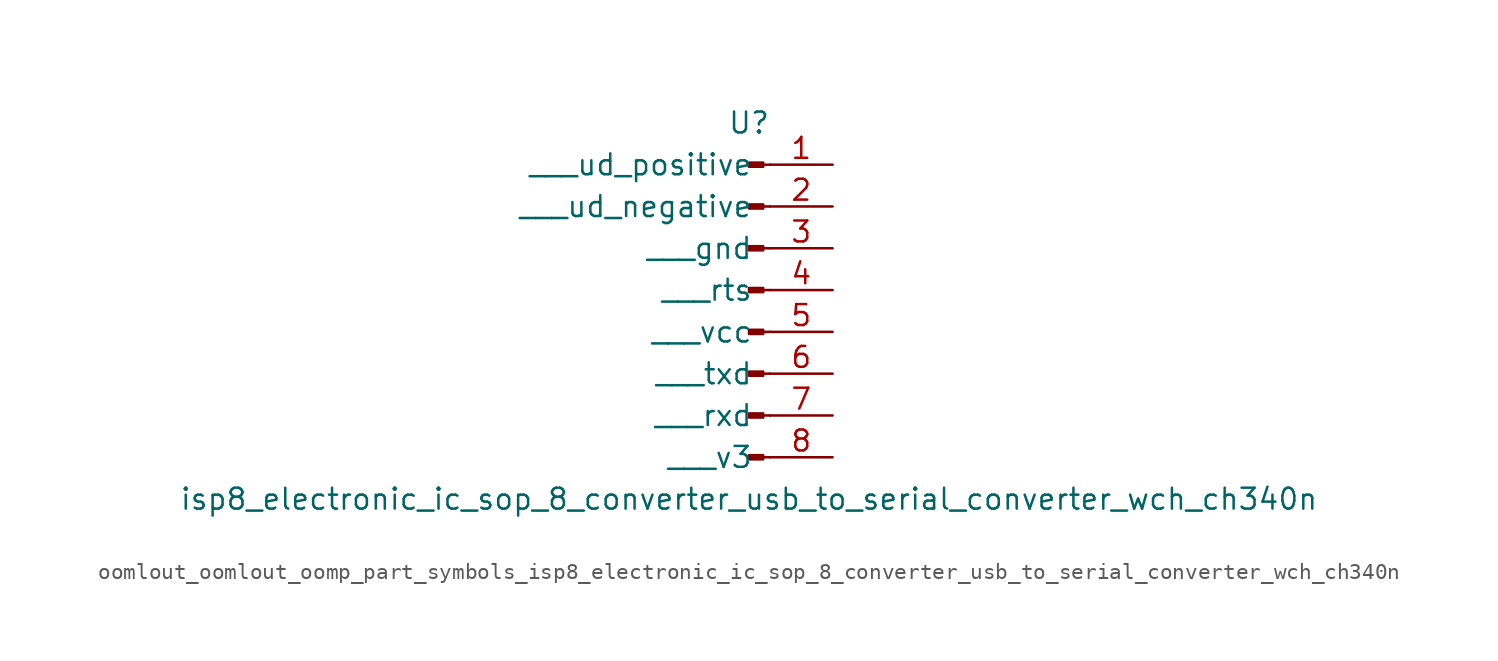
<source format=kicad_sym>
(kicad_symbol_lib
  (version 20220914)
  (generator kicad_symbol_editor)
  (symbol "oomlout_oomlout_oomp_part_symbols_isp8_electronic_ic_sop_8_converter_usb_to_serial_converter_wch_ch340n"
    (pin_names
      (offset 1.016))
    (property "Reference" "U"
      (at 0 10.16 0)
      (effects (font (size 1.27 1.27))))
    (property "Value" "isp8_electronic_ic_sop_8_converter_usb_to_serial_converter_wch_ch340n"
      (at 0 -12.7 0)
      (effects (font (size 1.27 1.27))))
    (property "ki_locked" ""
      (at 0 0 0)
      (effects (font (size 1.27 1.27))))
    (symbol "oomlout_oomlout_oomp_part_symbols_isp8_electronic_ic_sop_8_converter_usb_to_serial_converter_wch_ch340n_1_1"
      (polyline (pts (xy 1.27 -10.16) (xy 0.864 -10.16)) (stroke (width 0.152) (type default)) (fill (type none)))
      (polyline (pts (xy 1.27 -7.62) (xy 0.864 -7.62)) (stroke (width 0.152) (type default)) (fill (type none)))
      (polyline (pts (xy 1.27 -5.08) (xy 0.864 -5.08)) (stroke (width 0.152) (type default)) (fill (type none)))
      (polyline (pts (xy 1.27 -2.54) (xy 0.864 -2.54)) (stroke (width 0.152) (type default)) (fill (type none)))
      (polyline (pts (xy 1.27 0) (xy 0.864 0)) (stroke (width 0.152) (type default)) (fill (type none)))
      (polyline (pts (xy 1.27 2.54) (xy 0.864 2.54)) (stroke (width 0.152) (type default)) (fill (type none)))
      (polyline (pts (xy 1.27 5.08) (xy 0.864 5.08)) (stroke (width 0.152) (type default)) (fill (type none)))
      (polyline (pts (xy 1.27 7.62) (xy 0.864 7.62)) (stroke (width 0.152) (type default)) (fill (type none)))
      (rectangle (start 0.864 -10.033) (end 0 -10.287) (stroke (width 0.152) (type default)) (fill (type outline)))
      (rectangle (start 0.864 -7.493) (end 0 -7.747) (stroke (width 0.152) (type default)) (fill (type outline)))
      (rectangle (start 0.864 -4.953) (end 0 -5.207) (stroke (width 0.152) (type default)) (fill (type outline)))
      (rectangle (start 0.864 -2.413) (end 0 -2.667) (stroke (width 0.152) (type default)) (fill (type outline)))
      (rectangle (start 0.864 0.127) (end 0 -0.127) (stroke (width 0.152) (type default)) (fill (type outline)))
      (rectangle (start 0.864 2.667) (end 0 2.413) (stroke (width 0.152) (type default)) (fill (type outline)))
      (rectangle (start 0.864 5.207) (end 0 4.953) (stroke (width 0.152) (type default)) (fill (type outline)))
      (rectangle (start 0.864 7.747) (end 0 7.493) (stroke (width 0.152) (type default)) (fill (type outline)))
      (pin passive line (at 5.08 7.62 180) (length 3.81) (name "   ud_positive" (effects (font (size 1.27 1.27)))) (number "1" (effects (font (size 1.27 1.27)))))
      (pin passive line (at 5.08 5.08 180) (length 3.81) (name "   ud_negative" (effects (font (size 1.27 1.27)))) (number "2" (effects (font (size 1.27 1.27)))))
      (pin passive line (at 5.08 2.54 180) (length 3.81) (name "   gnd" (effects (font (size 1.27 1.27)))) (number "3" (effects (font (size 1.27 1.27)))))
      (pin passive line (at 5.08 0 180) (length 3.81) (name "   rts" (effects (font (size 1.27 1.27)))) (number "4" (effects (font (size 1.27 1.27)))))
      (pin passive line (at 5.08 -2.54 180) (length 3.81) (name "   vcc" (effects (font (size 1.27 1.27)))) (number "5" (effects (font (size 1.27 1.27)))))
      (pin passive line (at 5.08 -5.08 180) (length 3.81) (name "   txd" (effects (font (size 1.27 1.27)))) (number "6" (effects (font (size 1.27 1.27)))))
      (pin passive line (at 5.08 -7.62 180) (length 3.81) (name "   rxd" (effects (font (size 1.27 1.27)))) (number "7" (effects (font (size 1.27 1.27)))))
      (pin passive line (at 5.08 -10.16 180) (length 3.81) (name "   v3" (effects (font (size 1.27 1.27)))) (number "8" (effects (font (size 1.27 1.27))))))))
</source>
